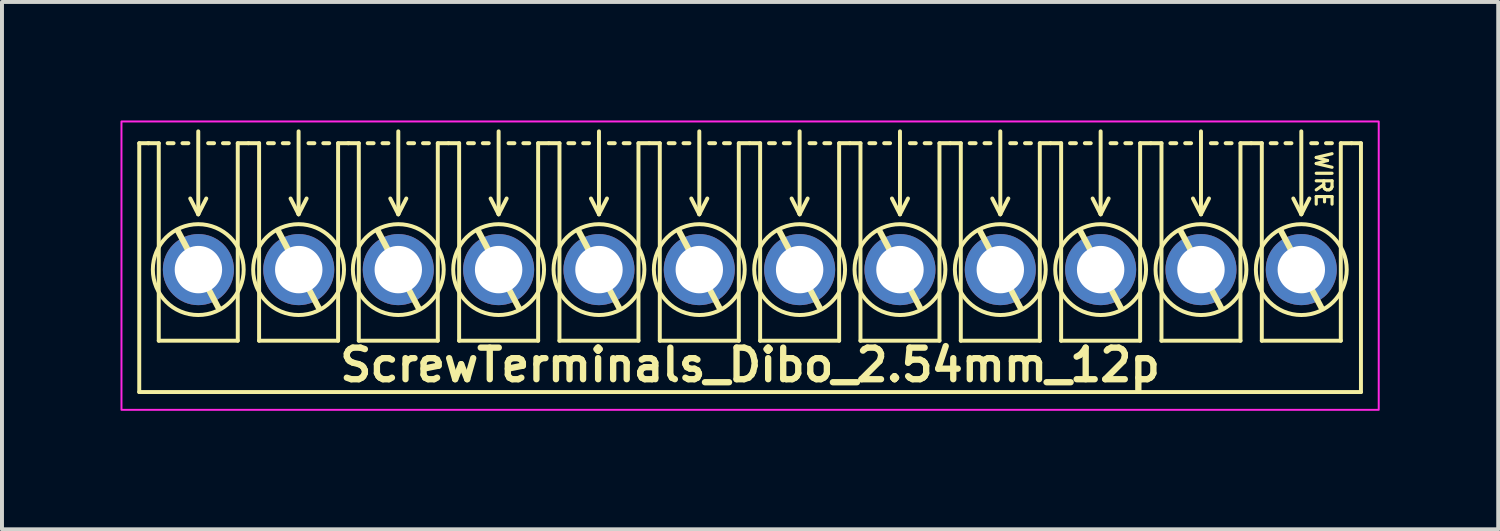
<source format=kicad_pcb>
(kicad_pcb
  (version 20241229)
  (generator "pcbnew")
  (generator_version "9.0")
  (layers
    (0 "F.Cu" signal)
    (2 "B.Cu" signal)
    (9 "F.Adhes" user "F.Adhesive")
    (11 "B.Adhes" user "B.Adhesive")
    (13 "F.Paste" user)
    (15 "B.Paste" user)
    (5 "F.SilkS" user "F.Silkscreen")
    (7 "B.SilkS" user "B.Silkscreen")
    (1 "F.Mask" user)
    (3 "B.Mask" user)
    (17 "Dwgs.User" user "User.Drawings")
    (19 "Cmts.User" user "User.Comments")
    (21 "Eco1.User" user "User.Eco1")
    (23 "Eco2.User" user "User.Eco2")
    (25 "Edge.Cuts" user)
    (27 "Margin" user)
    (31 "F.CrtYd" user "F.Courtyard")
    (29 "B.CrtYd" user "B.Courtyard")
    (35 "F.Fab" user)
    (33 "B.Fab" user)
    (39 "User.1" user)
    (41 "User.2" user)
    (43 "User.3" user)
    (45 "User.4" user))
  (footprint "ScrewTerminals_Dibo_2.54mm_12p"
    (layer "F.Cu")
    (at 15.923 3.724)
    (property "Reference" "ScrewTerminals_Dibo_2.54mm_12p" (at 0.016 2.464 0) (unlocked yes) (layer "F.SilkS") (effects (font (size 0.8 0.8) (thickness 0.16) (bold yes))))
    (attr through_hole)
    (fp_line (start -15.448 -3.149) (end -15.448 3.151) (stroke (width 0.1) (type default)) (layer "F.SilkS"))
    (fp_line (start -15.448 -3.149) (end -15.208 -3.149) (stroke (width 0.1) (type default)) (layer "F.SilkS"))
    (fp_line (start -14.954 -3.149) (end -15.224 -3.149) (stroke (width 0.1) (type default)) (layer "F.SilkS"))
    (fp_line (start -14.954 1.851) (end -14.954 -3.149) (stroke (width 0.1) (type solid)) (layer "F.SilkS"))
    (fp_line (start -14.579 -3.149) (end -14.729 -3.149) (stroke (width 0.1) (type default)) (layer "F.SilkS"))
    (fp_line (start -14.204 -3.149) (end -14.354 -3.149) (stroke (width 0.1) (type default)) (layer "F.SilkS"))
    (fp_line (start -13.954 -3.449) (end -13.954 -1.349) (stroke (width 0.1) (type default)) (layer "F.SilkS"))
    (fp_line (start -13.954 -1.349) (end -14.157 -1.749) (stroke (width 0.1) (type default)) (layer "F.SilkS"))
    (fp_line (start -13.954 -1.349) (end -13.751 -1.749) (stroke (width 0.1) (type default)) (layer "F.SilkS"))
    (fp_line (start -13.554 -3.149) (end -13.704 -3.149) (stroke (width 0.1) (type default)) (layer "F.SilkS"))
    (fp_line (start -13.446 1.016) (end -14.462 -0.914) (stroke (width 0.15) (type default)) (layer "F.SilkS"))
    (fp_line (start -13.179 -3.149) (end -13.329 -3.149) (stroke (width 0.1) (type default)) (layer "F.SilkS"))
    (fp_line (start -12.954 -3.149) (end -12.954 1.851) (stroke (width 0.1) (type solid)) (layer "F.SilkS"))
    (fp_line (start -12.954 1.851) (end -14.954 1.851) (stroke (width 0.1) (type solid)) (layer "F.SilkS"))
    (fp_line (start -12.684 -3.149) (end -12.954 -3.149) (stroke (width 0.1) (type default)) (layer "F.SilkS"))
    (fp_line (start -12.414 -3.149) (end -12.684 -3.149) (stroke (width 0.1) (type default)) (layer "F.SilkS"))
    (fp_line (start -12.414 1.851) (end -12.414 -3.149) (stroke (width 0.1) (type solid)) (layer "F.SilkS"))
    (fp_line (start -12.039 -3.149) (end -12.189 -3.149) (stroke (width 0.1) (type default)) (layer "F.SilkS"))
    (fp_line (start -11.664 -3.149) (end -11.814 -3.149) (stroke (width 0.1) (type default)) (layer "F.SilkS"))
    (fp_line (start -11.414 -3.449) (end -11.414 -1.349) (stroke (width 0.1) (type default)) (layer "F.SilkS"))
    (fp_line (start -11.414 -1.349) (end -11.617 -1.749) (stroke (width 0.1) (type default)) (layer "F.SilkS"))
    (fp_line (start -11.414 -1.349) (end -11.211 -1.749) (stroke (width 0.1) (type default)) (layer "F.SilkS"))
    (fp_line (start -11.014 -3.149) (end -11.164 -3.149) (stroke (width 0.1) (type default)) (layer "F.SilkS"))
    (fp_line (start -10.906 1.016) (end -11.922 -0.914) (stroke (width 0.15) (type default)) (layer "F.SilkS"))
    (fp_line (start -10.639 -3.149) (end -10.789 -3.149) (stroke (width 0.1) (type default)) (layer "F.SilkS"))
    (fp_line (start -10.414 -3.149) (end -10.414 1.851) (stroke (width 0.1) (type solid)) (layer "F.SilkS"))
    (fp_line (start -10.414 1.851) (end -12.414 1.851) (stroke (width 0.1) (type solid)) (layer "F.SilkS"))
    (fp_line (start -10.144 -3.149) (end -10.414 -3.149) (stroke (width 0.1) (type default)) (layer "F.SilkS"))
    (fp_line (start -9.89 -3.149) (end -10.16 -3.149) (stroke (width 0.1) (type default)) (layer "F.SilkS"))
    (fp_line (start -9.89 1.851) (end -9.89 -3.149) (stroke (width 0.1) (type solid)) (layer "F.SilkS"))
    (fp_line (start -9.515 -3.149) (end -9.665 -3.149) (stroke (width 0.1) (type default)) (layer "F.SilkS"))
    (fp_line (start -9.14 -3.149) (end -9.29 -3.149) (stroke (width 0.1) (type default)) (layer "F.SilkS"))
    (fp_line (start -8.89 -3.449) (end -8.89 -1.349) (stroke (width 0.1) (type default)) (layer "F.SilkS"))
    (fp_line (start -8.89 -1.349) (end -9.093 -1.749) (stroke (width 0.1) (type default)) (layer "F.SilkS"))
    (fp_line (start -8.89 -1.349) (end -8.687 -1.749) (stroke (width 0.1) (type default)) (layer "F.SilkS"))
    (fp_line (start -8.49 -3.149) (end -8.64 -3.149) (stroke (width 0.1) (type default)) (layer "F.SilkS"))
    (fp_line (start -8.382 1.016) (end -9.398 -0.914) (stroke (width 0.15) (type default)) (layer "F.SilkS"))
    (fp_line (start -8.115 -3.149) (end -8.265 -3.149) (stroke (width 0.1) (type default)) (layer "F.SilkS"))
    (fp_line (start -7.89 -3.149) (end -7.89 1.851) (stroke (width 0.1) (type solid)) (layer "F.SilkS"))
    (fp_line (start -7.89 1.851) (end -9.89 1.851) (stroke (width 0.1) (type solid)) (layer "F.SilkS"))
    (fp_line (start -7.62 -3.149) (end -7.89 -3.149) (stroke (width 0.1) (type default)) (layer "F.SilkS"))
    (fp_line (start -7.35 -3.149) (end -7.62 -3.149) (stroke (width 0.1) (type default)) (layer "F.SilkS"))
    (fp_line (start -7.35 1.851) (end -7.35 -3.149) (stroke (width 0.1) (type solid)) (layer "F.SilkS"))
    (fp_line (start -6.975 -3.149) (end -7.125 -3.149) (stroke (width 0.1) (type default)) (layer "F.SilkS"))
    (fp_line (start -6.6 -3.149) (end -6.75 -3.149) (stroke (width 0.1) (type default)) (layer "F.SilkS"))
    (fp_line (start -6.35 -3.449) (end -6.35 -1.349) (stroke (width 0.1) (type default)) (layer "F.SilkS"))
    (fp_line (start -6.35 -1.349) (end -6.553 -1.749) (stroke (width 0.1) (type default)) (layer "F.SilkS"))
    (fp_line (start -6.35 -1.349) (end -6.147 -1.749) (stroke (width 0.1) (type default)) (layer "F.SilkS"))
    (fp_line (start -5.95 -3.149) (end -6.1 -3.149) (stroke (width 0.1) (type default)) (layer "F.SilkS"))
    (fp_line (start -5.842 1.016) (end -6.858 -0.914) (stroke (width 0.15) (type default)) (layer "F.SilkS"))
    (fp_line (start -5.575 -3.149) (end -5.725 -3.149) (stroke (width 0.1) (type default)) (layer "F.SilkS"))
    (fp_line (start -5.35 -3.149) (end -5.35 1.851) (stroke (width 0.1) (type solid)) (layer "F.SilkS"))
    (fp_line (start -5.35 1.851) (end -7.35 1.851) (stroke (width 0.1) (type solid)) (layer "F.SilkS"))
    (fp_line (start -5.08 -3.149) (end -5.35 -3.149) (stroke (width 0.1) (type default)) (layer "F.SilkS"))
    (fp_line (start -4.81 -3.149) (end -5.08 -3.149) (stroke (width 0.1) (type default)) (layer "F.SilkS"))
    (fp_line (start -4.81 1.851) (end -4.81 -3.149) (stroke (width 0.1) (type solid)) (layer "F.SilkS"))
    (fp_line (start -4.435 -3.149) (end -4.585 -3.149) (stroke (width 0.1) (type default)) (layer "F.SilkS"))
    (fp_line (start -4.06 -3.149) (end -4.21 -3.149) (stroke (width 0.1) (type default)) (layer "F.SilkS"))
    (fp_line (start -3.81 -3.449) (end -3.81 -1.349) (stroke (width 0.1) (type default)) (layer "F.SilkS"))
    (fp_line (start -3.81 -1.349) (end -4.013 -1.749) (stroke (width 0.1) (type default)) (layer "F.SilkS"))
    (fp_line (start -3.81 -1.349) (end -3.607 -1.749) (stroke (width 0.1) (type default)) (layer "F.SilkS"))
    (fp_line (start -3.41 -3.149) (end -3.56 -3.149) (stroke (width 0.1) (type default)) (layer "F.SilkS"))
    (fp_line (start -3.302 1.016) (end -4.318 -0.914) (stroke (width 0.15) (type default)) (layer "F.SilkS"))
    (fp_line (start -3.035 -3.149) (end -3.185 -3.149) (stroke (width 0.1) (type default)) (layer "F.SilkS"))
    (fp_line (start -2.81 -3.149) (end -2.81 1.851) (stroke (width 0.1) (type solid)) (layer "F.SilkS"))
    (fp_line (start -2.81 1.851) (end -4.81 1.851) (stroke (width 0.1) (type solid)) (layer "F.SilkS"))
    (fp_line (start -2.54 -3.149) (end -2.81 -3.149) (stroke (width 0.1) (type default)) (layer "F.SilkS"))
    (fp_line (start -2.27 -3.149) (end -2.54 -3.149) (stroke (width 0.1) (type default)) (layer "F.SilkS"))
    (fp_line (start -2.27 1.851) (end -2.27 -3.149) (stroke (width 0.1) (type solid)) (layer "F.SilkS"))
    (fp_line (start -1.895 -3.149) (end -2.045 -3.149) (stroke (width 0.1) (type default)) (layer "F.SilkS"))
    (fp_line (start -1.52 -3.149) (end -1.67 -3.149) (stroke (width 0.1) (type default)) (layer "F.SilkS"))
    (fp_line (start -1.27 -3.449) (end -1.27 -1.349) (stroke (width 0.1) (type default)) (layer "F.SilkS"))
    (fp_line (start -1.27 -1.349) (end -1.473 -1.749) (stroke (width 0.1) (type default)) (layer "F.SilkS"))
    (fp_line (start -1.27 -1.349) (end -1.067 -1.749) (stroke (width 0.1) (type default)) (layer "F.SilkS"))
    (fp_line (start -0.87 -3.149) (end -1.02 -3.149) (stroke (width 0.1) (type default)) (layer "F.SilkS"))
    (fp_line (start -0.762 1.016) (end -1.778 -0.914) (stroke (width 0.15) (type default)) (layer "F.SilkS"))
    (fp_line (start -0.495 -3.149) (end -0.645 -3.149) (stroke (width 0.1) (type default)) (layer "F.SilkS"))
    (fp_line (start -0.27 -3.149) (end -0.27 1.851) (stroke (width 0.1) (type solid)) (layer "F.SilkS"))
    (fp_line (start -0.27 1.851) (end -2.27 1.851) (stroke (width 0.1) (type solid)) (layer "F.SilkS"))
    (fp_line (start 0 -3.149) (end -0.27 -3.149) (stroke (width 0.1) (type default)) (layer "F.SilkS"))
    (fp_line (start 0.27 -3.149) (end 0 -3.149) (stroke (width 0.1) (type default)) (layer "F.SilkS"))
    (fp_line (start 0.27 1.851) (end 0.27 -3.149) (stroke (width 0.1) (type solid)) (layer "F.SilkS"))
    (fp_line (start 0.645 -3.149) (end 0.495 -3.149) (stroke (width 0.1) (type default)) (layer "F.SilkS"))
    (fp_line (start 1.02 -3.149) (end 0.87 -3.149) (stroke (width 0.1) (type default)) (layer "F.SilkS"))
    (fp_line (start 1.27 -3.449) (end 1.27 -1.349) (stroke (width 0.1) (type default)) (layer "F.SilkS"))
    (fp_line (start 1.27 -1.349) (end 1.067 -1.749) (stroke (width 0.1) (type default)) (layer "F.SilkS"))
    (fp_line (start 1.27 -1.349) (end 1.473 -1.749) (stroke (width 0.1) (type default)) (layer "F.SilkS"))
    (fp_line (start 1.67 -3.149) (end 1.52 -3.149) (stroke (width 0.1) (type default)) (layer "F.SilkS"))
    (fp_line (start 1.778 1.016) (end 0.762 -0.914) (stroke (width 0.15) (type default)) (layer "F.SilkS"))
    (fp_line (start 2.045 -3.149) (end 1.895 -3.149) (stroke (width 0.1) (type default)) (layer "F.SilkS"))
    (fp_line (start 2.27 -3.149) (end 2.27 1.851) (stroke (width 0.1) (type solid)) (layer "F.SilkS"))
    (fp_line (start 2.27 1.851) (end 0.27 1.851) (stroke (width 0.1) (type solid)) (layer "F.SilkS"))
    (fp_line (start 2.54 -3.149) (end 2.27 -3.149) (stroke (width 0.1) (type default)) (layer "F.SilkS"))
    (fp_line (start 2.81 -3.149) (end 2.54 -3.149) (stroke (width 0.1) (type default)) (layer "F.SilkS"))
    (fp_line (start 2.81 1.851) (end 2.81 -3.149) (stroke (width 0.1) (type solid)) (layer "F.SilkS"))
    (fp_line (start 3.185 -3.149) (end 3.035 -3.149) (stroke (width 0.1) (type default)) (layer "F.SilkS"))
    (fp_line (start 3.56 -3.149) (end 3.41 -3.149) (stroke (width 0.1) (type default)) (layer "F.SilkS"))
    (fp_line (start 3.81 -3.449) (end 3.81 -1.349) (stroke (width 0.1) (type default)) (layer "F.SilkS"))
    (fp_line (start 3.81 -1.349) (end 3.607 -1.749) (stroke (width 0.1) (type default)) (layer "F.SilkS"))
    (fp_line (start 3.81 -1.349) (end 4.013 -1.749) (stroke (width 0.1) (type default)) (layer "F.SilkS"))
    (fp_line (start 4.21 -3.149) (end 4.06 -3.149) (stroke (width 0.1) (type default)) (layer "F.SilkS"))
    (fp_line (start 4.318 1.016) (end 3.302 -0.914) (stroke (width 0.15) (type default)) (layer "F.SilkS"))
    (fp_line (start 4.585 -3.149) (end 4.435 -3.149) (stroke (width 0.1) (type default)) (layer "F.SilkS"))
    (fp_line (start 4.81 -3.149) (end 4.81 1.851) (stroke (width 0.1) (type solid)) (layer "F.SilkS"))
    (fp_line (start 4.81 1.851) (end 2.81 1.851) (stroke (width 0.1) (type solid)) (layer "F.SilkS"))
    (fp_line (start 5.08 -3.149) (end 4.81 -3.149) (stroke (width 0.1) (type default)) (layer "F.SilkS"))
    (fp_line (start 5.35 -3.149) (end 5.08 -3.149) (stroke (width 0.1) (type default)) (layer "F.SilkS"))
    (fp_line (start 5.35 1.851) (end 5.35 -3.149) (stroke (width 0.1) (type solid)) (layer "F.SilkS"))
    (fp_line (start 5.725 -3.149) (end 5.575 -3.149) (stroke (width 0.1) (type default)) (layer "F.SilkS"))
    (fp_line (start 6.1 -3.149) (end 5.95 -3.149) (stroke (width 0.1) (type default)) (layer "F.SilkS"))
    (fp_line (start 6.35 -3.449) (end 6.35 -1.349) (stroke (width 0.1) (type default)) (layer "F.SilkS"))
    (fp_line (start 6.35 -1.349) (end 6.147 -1.749) (stroke (width 0.1) (type default)) (layer "F.SilkS"))
    (fp_line (start 6.35 -1.349) (end 6.553 -1.749) (stroke (width 0.1) (type default)) (layer "F.SilkS"))
    (fp_line (start 6.75 -3.149) (end 6.6 -3.149) (stroke (width 0.1) (type default)) (layer "F.SilkS"))
    (fp_line (start 6.858 1.016) (end 5.842 -0.914) (stroke (width 0.15) (type default)) (layer "F.SilkS"))
    (fp_line (start 7.125 -3.149) (end 6.975 -3.149) (stroke (width 0.1) (type default)) (layer "F.SilkS"))
    (fp_line (start 7.35 -3.149) (end 7.35 1.851) (stroke (width 0.1) (type solid)) (layer "F.SilkS"))
    (fp_line (start 7.35 1.851) (end 5.35 1.851) (stroke (width 0.1) (type solid)) (layer "F.SilkS"))
    (fp_line (start 7.62 -3.149) (end 7.35 -3.149) (stroke (width 0.1) (type default)) (layer "F.SilkS"))
    (fp_line (start 7.89 -3.149) (end 7.62 -3.149) (stroke (width 0.1) (type default)) (layer "F.SilkS"))
    (fp_line (start 7.89 1.851) (end 7.89 -3.149) (stroke (width 0.1) (type solid)) (layer "F.SilkS"))
    (fp_line (start 8.265 -3.149) (end 8.115 -3.149) (stroke (width 0.1) (type default)) (layer "F.SilkS"))
    (fp_line (start 8.64 -3.149) (end 8.49 -3.149) (stroke (width 0.1) (type default)) (layer "F.SilkS"))
    (fp_line (start 8.89 -3.449) (end 8.89 -1.349) (stroke (width 0.1) (type default)) (layer "F.SilkS"))
    (fp_line (start 8.89 -1.349) (end 8.687 -1.749) (stroke (width 0.1) (type default)) (layer "F.SilkS"))
    (fp_line (start 8.89 -1.349) (end 9.093 -1.749) (stroke (width 0.1) (type default)) (layer "F.SilkS"))
    (fp_line (start 9.29 -3.149) (end 9.14 -3.149) (stroke (width 0.1) (type default)) (layer "F.SilkS"))
    (fp_line (start 9.398 1.016) (end 8.382 -0.914) (stroke (width 0.15) (type default)) (layer "F.SilkS"))
    (fp_line (start 9.665 -3.149) (end 9.515 -3.149) (stroke (width 0.1) (type default)) (layer "F.SilkS"))
    (fp_line (start 9.89 -3.149) (end 9.89 1.851) (stroke (width 0.1) (type solid)) (layer "F.SilkS"))
    (fp_line (start 9.89 1.851) (end 7.89 1.851) (stroke (width 0.1) (type solid)) (layer "F.SilkS"))
    (fp_line (start 10.16 -3.149) (end 9.89 -3.149) (stroke (width 0.1) (type default)) (layer "F.SilkS"))
    (fp_line (start 10.43 -3.149) (end 10.16 -3.149) (stroke (width 0.1) (type default)) (layer "F.SilkS"))
    (fp_line (start 10.43 1.851) (end 10.43 -3.149) (stroke (width 0.1) (type solid)) (layer "F.SilkS"))
    (fp_line (start 10.805 -3.149) (end 10.655 -3.149) (stroke (width 0.1) (type default)) (layer "F.SilkS"))
    (fp_line (start 11.18 -3.149) (end 11.03 -3.149) (stroke (width 0.1) (type default)) (layer "F.SilkS"))
    (fp_line (start 11.43 -3.449) (end 11.43 -1.349) (stroke (width 0.1) (type default)) (layer "F.SilkS"))
    (fp_line (start 11.43 -1.349) (end 11.227 -1.749) (stroke (width 0.1) (type default)) (layer "F.SilkS"))
    (fp_line (start 11.43 -1.349) (end 11.633 -1.749) (stroke (width 0.1) (type default)) (layer "F.SilkS"))
    (fp_line (start 11.83 -3.149) (end 11.68 -3.149) (stroke (width 0.1) (type default)) (layer "F.SilkS"))
    (fp_line (start 11.938 1.016) (end 10.922 -0.914) (stroke (width 0.15) (type default)) (layer "F.SilkS"))
    (fp_line (start 12.205 -3.149) (end 12.055 -3.149) (stroke (width 0.1) (type default)) (layer "F.SilkS"))
    (fp_line (start 12.43 -3.149) (end 12.43 1.851) (stroke (width 0.1) (type solid)) (layer "F.SilkS"))
    (fp_line (start 12.43 1.851) (end 10.43 1.851) (stroke (width 0.1) (type solid)) (layer "F.SilkS"))
    (fp_line (start 12.7 -3.149) (end 12.43 -3.149) (stroke (width 0.1) (type default)) (layer "F.SilkS"))
    (fp_line (start 12.97 -3.149) (end 12.7 -3.149) (stroke (width 0.1) (type default)) (layer "F.SilkS"))
    (fp_line (start 12.97 1.851) (end 12.97 -3.149) (stroke (width 0.1) (type solid)) (layer "F.SilkS"))
    (fp_line (start 13.345 -3.149) (end 13.195 -3.149) (stroke (width 0.1) (type default)) (layer "F.SilkS"))
    (fp_line (start 13.72 -3.149) (end 13.57 -3.149) (stroke (width 0.1) (type default)) (layer "F.SilkS"))
    (fp_line (start 13.97 -3.449) (end 13.97 -1.349) (stroke (width 0.1) (type default)) (layer "F.SilkS"))
    (fp_line (start 13.97 -1.349) (end 13.767 -1.749) (stroke (width 0.1) (type default)) (layer "F.SilkS"))
    (fp_line (start 13.97 -1.349) (end 14.173 -1.749) (stroke (width 0.1) (type default)) (layer "F.SilkS"))
    (fp_line (start 14.37 -3.149) (end 14.22 -3.149) (stroke (width 0.1) (type default)) (layer "F.SilkS"))
    (fp_line (start 14.478 1.016) (end 13.462 -0.914) (stroke (width 0.15) (type default)) (layer "F.SilkS"))
    (fp_line (start 14.745 -3.149) (end 14.595 -3.149) (stroke (width 0.1) (type default)) (layer "F.SilkS"))
    (fp_line (start 14.97 -3.149) (end 14.97 1.851) (stroke (width 0.1) (type solid)) (layer "F.SilkS"))
    (fp_line (start 14.97 1.851) (end 12.97 1.851) (stroke (width 0.1) (type solid)) (layer "F.SilkS"))
    (fp_line (start 15.24 -3.149) (end 14.97 -3.149) (stroke (width 0.1) (type default)) (layer "F.SilkS"))
    (fp_line (start 15.48 -3.149) (end 15.24 -3.149) (stroke (width 0.1) (type default)) (layer "F.SilkS"))
    (fp_line (start 15.48 -3.149) (end 15.48 3.151) (stroke (width 0.1) (type default)) (layer "F.SilkS"))
    (fp_line (start 15.48 3.151) (end -15.448 3.151) (stroke (width 0.1) (type default)) (layer "F.SilkS"))
    (fp_circle (center -13.954 0.051) (end -12.804 0.051) (stroke (width 0.1) (type default)) (fill no) (layer "F.SilkS"))
    (fp_circle (center -11.414 0.051) (end -10.264 0.051) (stroke (width 0.1) (type default)) (fill no) (layer "F.SilkS"))
    (fp_circle (center -8.89 0.051) (end -7.74 0.051) (stroke (width 0.1) (type default)) (fill no) (layer "F.SilkS"))
    (fp_circle (center -6.35 0.051) (end -5.2 0.051) (stroke (width 0.1) (type default)) (fill no) (layer "F.SilkS"))
    (fp_circle (center -3.81 0.051) (end -2.66 0.051) (stroke (width 0.1) (type default)) (fill no) (layer "F.SilkS"))
    (fp_circle (center -1.27 0.051) (end -0.12 0.051) (stroke (width 0.1) (type default)) (fill no) (layer "F.SilkS"))
    (fp_circle (center 1.27 0.051) (end 2.42 0.051) (stroke (width 0.1) (type default)) (fill no) (layer "F.SilkS"))
    (fp_circle (center 3.81 0.051) (end 4.96 0.051) (stroke (width 0.1) (type default)) (fill no) (layer "F.SilkS"))
    (fp_circle (center 6.35 0.051) (end 7.5 0.051) (stroke (width 0.1) (type default)) (fill no) (layer "F.SilkS"))
    (fp_circle (center 8.89 0.051) (end 10.04 0.051) (stroke (width 0.1) (type default)) (fill no) (layer "F.SilkS"))
    (fp_circle (center 11.43 0.051) (end 12.58 0.051) (stroke (width 0.1) (type default)) (fill no) (layer "F.SilkS"))
    (fp_circle (center 13.97 0.051) (end 15.12 0.051) (stroke (width 0.1) (type default)) (fill no) (layer "F.SilkS"))
    (fp_rect (start -15.898 -3.699) (end 15.93 3.601) (stroke (width 0.05) (type default)) (fill no) (layer "F.CrtYd"))
    (fp_text user "WIRE" (at 14.529 -2.235 270) (unlocked yes) (layer "F.SilkS") (effects (font (size 0.4 0.4) (thickness 0.08) (bold yes))))
    (pad "1" thru_hole circle (at 13.97 0.051 180) (size 1.8 1.8) (drill 1.2) (layers "*.Cu" "*.Mask"))
    (pad "2" thru_hole circle (at 11.43 0.051 180) (size 1.8 1.8) (drill 1.2) (layers "*.Cu" "*.Mask"))
    (pad "3" thru_hole circle (at 8.89 0.051 180) (size 1.8 1.8) (drill 1.2) (layers "*.Cu" "*.Mask"))
    (pad "4" thru_hole circle (at 6.35 0.051 180) (size 1.8 1.8) (drill 1.2) (layers "*.Cu" "*.Mask"))
    (pad "5" thru_hole circle (at 3.81 0.051 180) (size 1.8 1.8) (drill 1.2) (layers "*.Cu" "*.Mask"))
    (pad "6" thru_hole circle (at 1.27 0.051 180) (size 1.8 1.8) (drill 1.2) (layers "*.Cu" "*.Mask"))
    (pad "7" thru_hole circle (at -1.27 0.051 180) (size 1.8 1.8) (drill 1.2) (layers "*.Cu" "*.Mask"))
    (pad "8" thru_hole circle (at -3.81 0.051 180) (size 1.8 1.8) (drill 1.2) (layers "*.Cu" "*.Mask"))
    (pad "9" thru_hole circle (at -6.35 0.051 180) (size 1.8 1.8) (drill 1.2) (layers "*.Cu" "*.Mask"))
    (pad "10" thru_hole circle (at -8.89 0.051 180) (size 1.8 1.8) (drill 1.2) (layers "*.Cu" "*.Mask"))
    (pad "11" thru_hole circle (at -11.41 0.051 180) (size 1.8 1.8) (drill 1.2) (layers "*.Cu" "*.Mask"))
    (pad "12" thru_hole circle (at -13.95 0.051 180) (size 1.8 1.8) (drill 1.2) (layers "*.Cu" "*.Mask")))
  (gr_rect
    (start -3 -3)
    (end 34.878 10.35)
    (stroke (width 0.1) (type default))
    (fill no)
    (layer "Edge.Cuts")))
</source>
